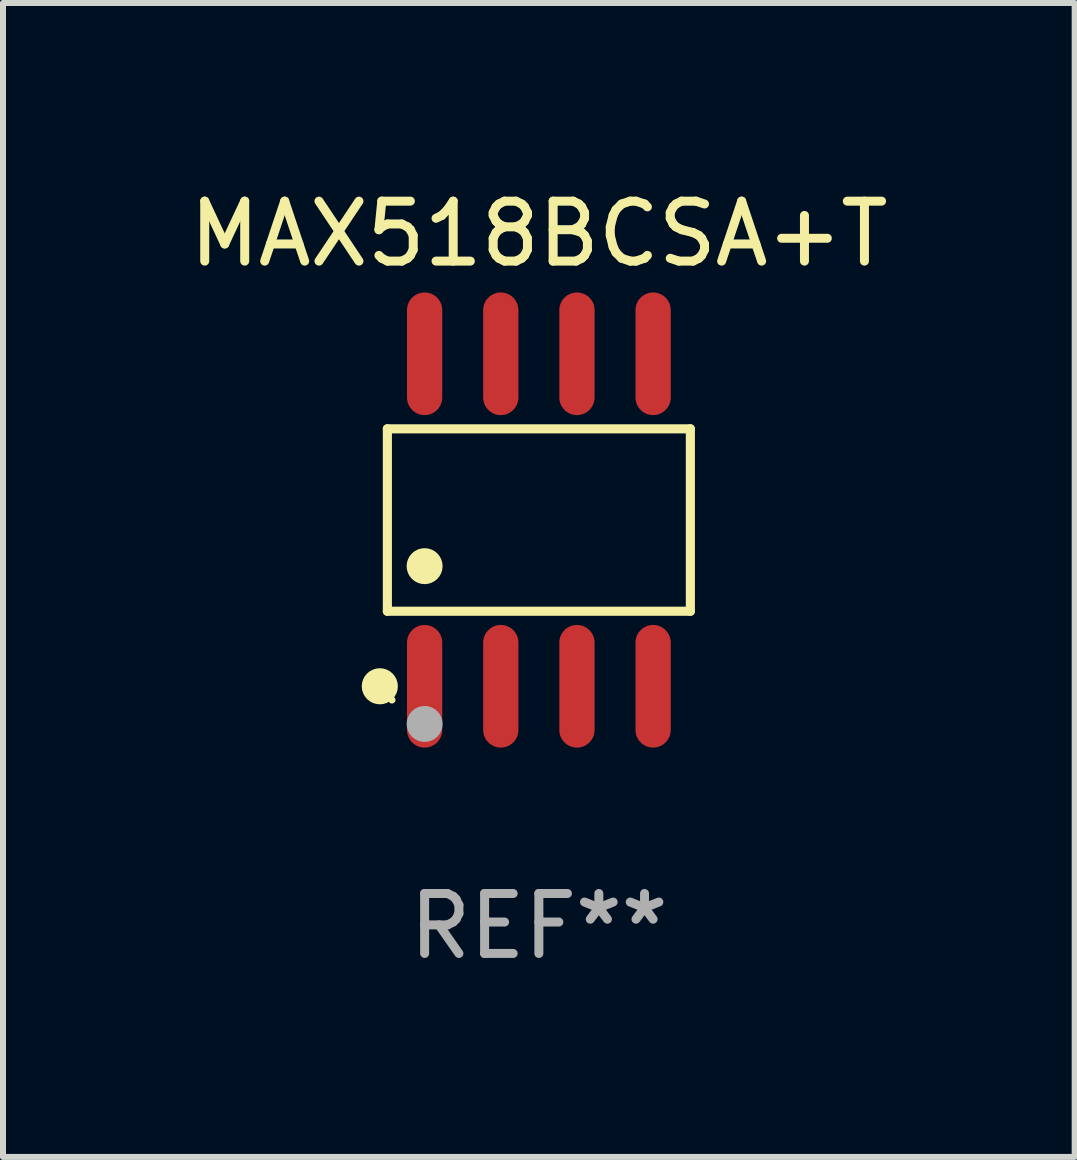
<source format=kicad_pcb>
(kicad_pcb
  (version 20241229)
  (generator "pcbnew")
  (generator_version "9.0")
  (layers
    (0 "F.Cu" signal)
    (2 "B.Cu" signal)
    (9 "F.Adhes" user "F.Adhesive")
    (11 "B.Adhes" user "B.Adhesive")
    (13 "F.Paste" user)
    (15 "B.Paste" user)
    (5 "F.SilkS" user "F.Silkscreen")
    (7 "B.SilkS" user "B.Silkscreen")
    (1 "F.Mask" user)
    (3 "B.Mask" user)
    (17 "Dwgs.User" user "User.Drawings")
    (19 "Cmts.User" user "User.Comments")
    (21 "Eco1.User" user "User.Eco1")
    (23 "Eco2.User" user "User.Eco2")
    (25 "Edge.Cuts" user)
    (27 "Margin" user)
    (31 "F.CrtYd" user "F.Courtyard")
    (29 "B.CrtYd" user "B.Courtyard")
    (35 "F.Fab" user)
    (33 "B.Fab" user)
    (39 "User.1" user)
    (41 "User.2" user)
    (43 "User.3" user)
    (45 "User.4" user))
  (footprint "MAX518BCSA+T"
    (layer "F.Cu")
    (at 5.935 5.621)
    (property "Reference" "MAX518BCSA+T" (at 0 -4.772 0) (layer "F.SilkS") (effects (font (size 1 1) (thickness 0.15))))
    (attr through_hole)
    (fp_line (start -2.526 -1.521) (end 2.526 -1.521) (stroke (width 0.152) (type solid)) (layer "F.SilkS"))
    (fp_line (start -2.526 1.521) (end -2.526 -1.521) (stroke (width 0.152) (type solid)) (layer "F.SilkS"))
    (fp_line (start 2.526 -1.521) (end 2.526 1.521) (stroke (width 0.152) (type solid)) (layer "F.SilkS"))
    (fp_line (start 2.526 1.521) (end -2.526 1.521) (stroke (width 0.152) (type solid)) (layer "F.SilkS"))
    (fp_circle (center -2.652 2.772) (end -2.501 2.772) (stroke (width 0.3) (type solid)) (fill no) (layer "F.SilkS"))
    (fp_circle (center -2.45 3) (end -2.42 3) (stroke (width 0.06) (type solid)) (fill no) (layer "F.SilkS"))
    (fp_circle (center -1.905 0.769) (end -1.755 0.769) (stroke (width 0.3) (type solid)) (fill no) (layer "F.SilkS"))
    (fp_circle (center -1.905 3.4) (end -1.755 3.4) (stroke (width 0.3) (type solid)) (fill no) (layer "F.Fab"))
    (fp_text user "REF**" (at 0 6.772 0) (layer "F.Fab") (effects (font (size 1 1) (thickness 0.15))))
    (pad "1" smd oval (at -1.905 2.772) (size 0.588 2.045) (layers "F.Cu" "F.Mask" "F.Paste"))
    (pad "2" smd oval (at -0.635 2.772) (size 0.588 2.045) (layers "F.Cu" "F.Mask" "F.Paste"))
    (pad "3" smd oval (at 0.635 2.772) (size 0.588 2.045) (layers "F.Cu" "F.Mask" "F.Paste"))
    (pad "4" smd oval (at 1.905 2.772) (size 0.588 2.045) (layers "F.Cu" "F.Mask" "F.Paste"))
    (pad "5" smd oval (at 1.905 -2.772) (size 0.588 2.045) (layers "F.Cu" "F.Mask" "F.Paste"))
    (pad "6" smd oval (at 0.635 -2.772) (size 0.588 2.045) (layers "F.Cu" "F.Mask" "F.Paste"))
    (pad "7" smd oval (at -0.635 -2.772) (size 0.588 2.045) (layers "F.Cu" "F.Mask" "F.Paste"))
    (pad "8" smd oval (at -1.905 -2.772) (size 0.588 2.045) (layers "F.Cu" "F.Mask" "F.Paste")))
  (gr_rect
    (start -3 -3)
    (end 14.869 16.241)
    (stroke (width 0.1) (type default))
    (fill no)
    (layer "Edge.Cuts")))
</source>
